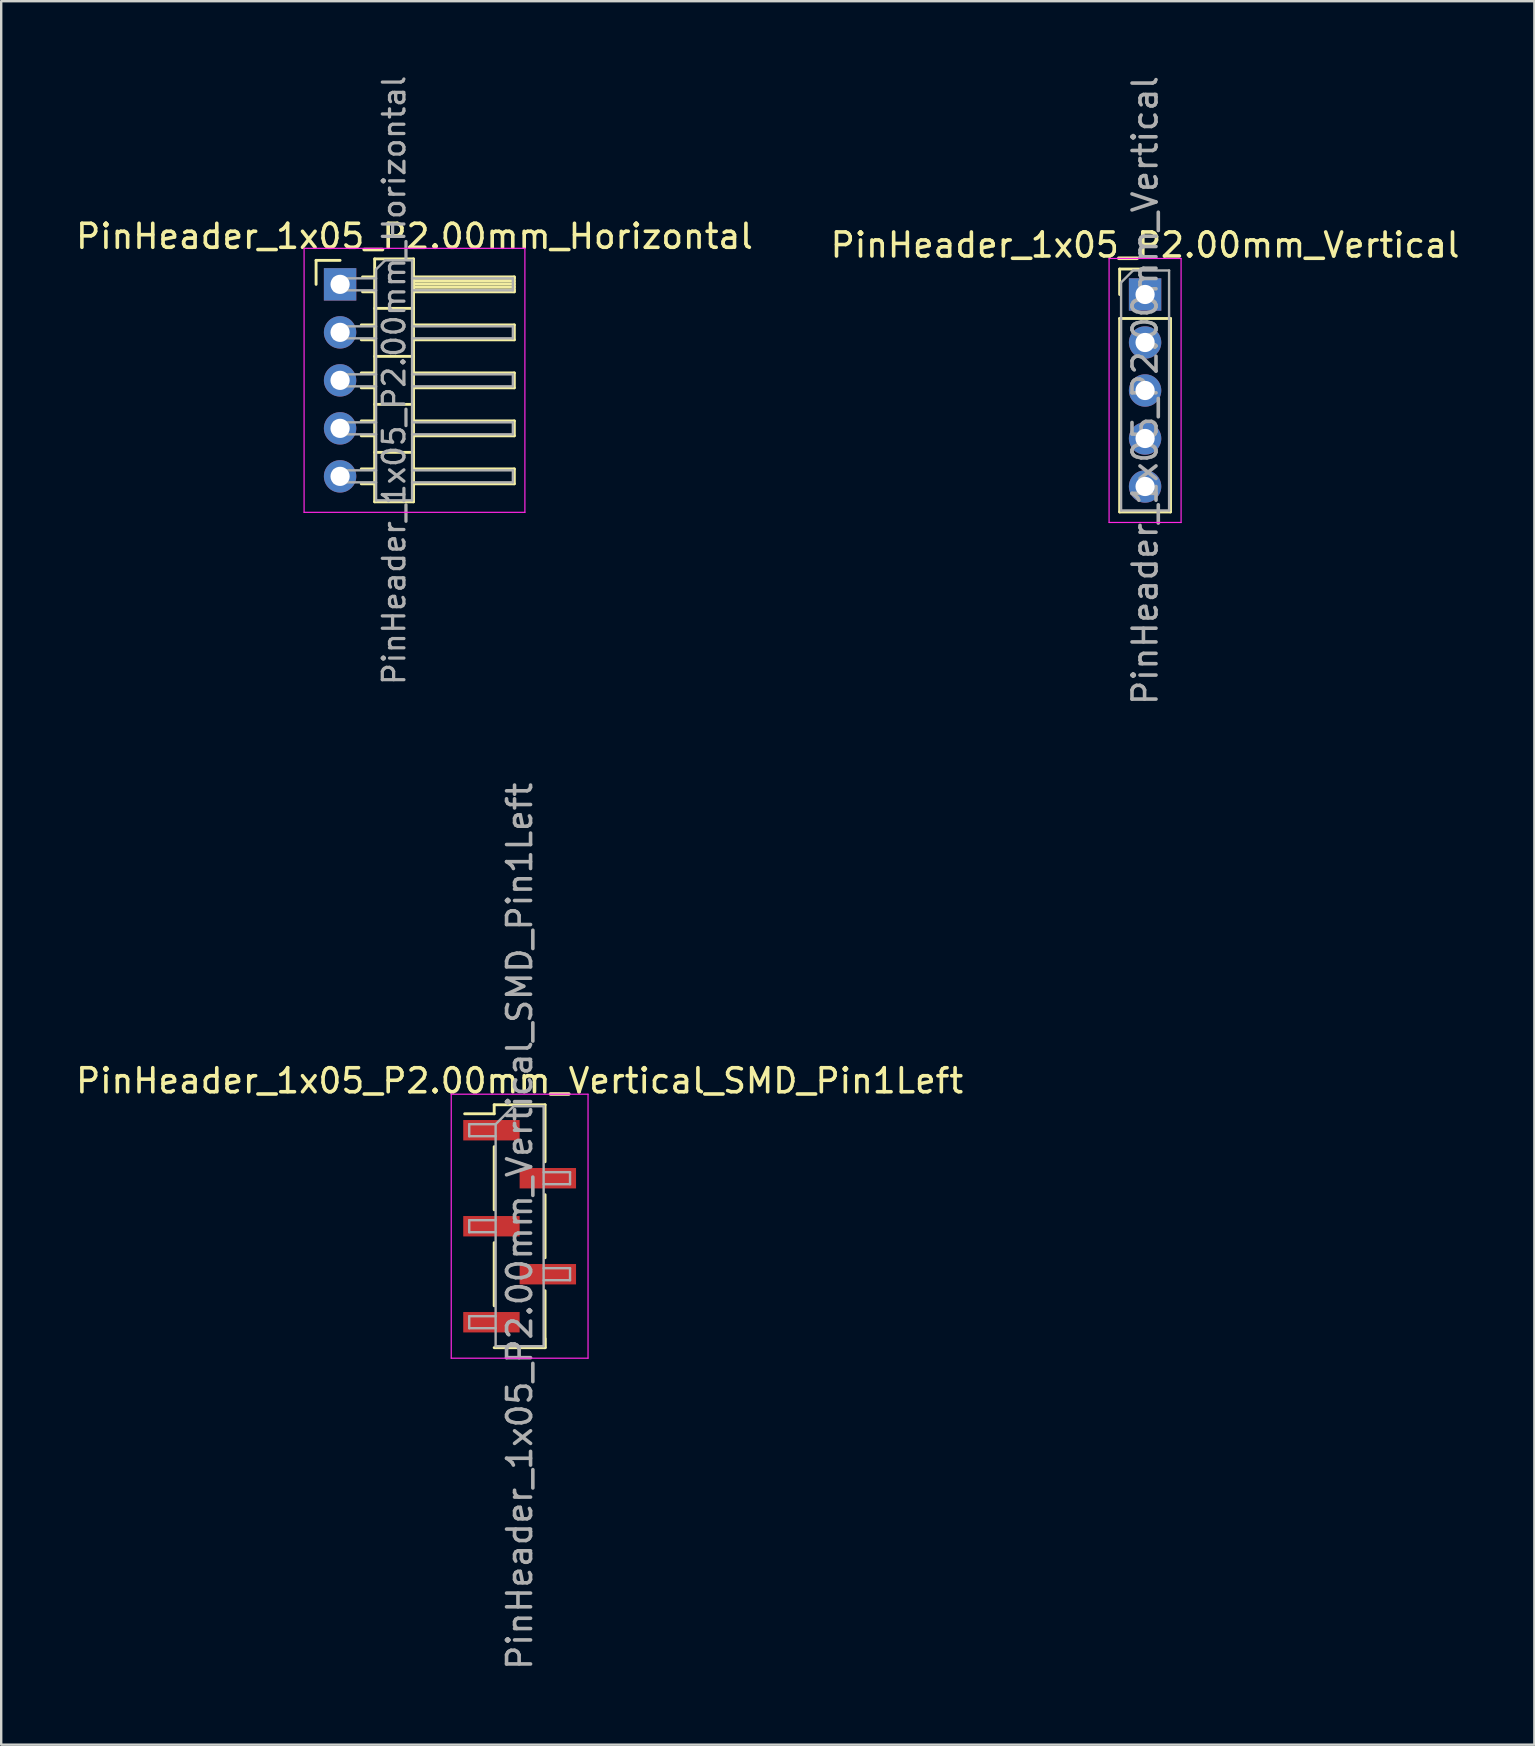
<source format=kicad_pcb>
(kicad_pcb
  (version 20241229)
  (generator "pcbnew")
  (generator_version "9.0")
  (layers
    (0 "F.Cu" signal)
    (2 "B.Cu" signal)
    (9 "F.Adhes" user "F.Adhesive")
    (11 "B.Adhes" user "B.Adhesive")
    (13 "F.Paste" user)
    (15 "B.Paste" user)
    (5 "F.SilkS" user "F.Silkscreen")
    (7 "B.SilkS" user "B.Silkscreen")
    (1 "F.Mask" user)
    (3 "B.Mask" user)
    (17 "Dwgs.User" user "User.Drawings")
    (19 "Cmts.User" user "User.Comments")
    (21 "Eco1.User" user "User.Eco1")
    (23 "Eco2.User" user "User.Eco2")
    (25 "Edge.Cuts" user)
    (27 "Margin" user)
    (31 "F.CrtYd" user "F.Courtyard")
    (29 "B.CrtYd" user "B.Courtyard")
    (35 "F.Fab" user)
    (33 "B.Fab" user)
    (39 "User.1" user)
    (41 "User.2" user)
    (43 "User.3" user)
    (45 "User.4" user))
  (footprint "PinHeader_1x05_P2.00mm_Vertical_SMD_Pin1Left"
    (layer "F.Cu")
    (at 18.601 48.042)
    (property "Reference" "PinHeader_1x05_P2.00mm_Vertical_SMD_Pin1Left" (at 0 -6.06 0) (layer "F.SilkS") (effects (font (size 1 1) (thickness 0.15))))
    (attr smd)
    (fp_line (start -1.06 -5.06) (end -1.06 -4.685) (stroke (width 0.12) (type solid)) (layer "F.SilkS"))
    (fp_line (start -1.06 -5.06) (end 1.06 -5.06) (stroke (width 0.12) (type solid)) (layer "F.SilkS"))
    (fp_line (start -1.06 -4.685) (end -2.29 -4.685) (stroke (width 0.12) (type solid)) (layer "F.SilkS"))
    (fp_line (start -1.06 -3.315) (end -1.06 -0.685) (stroke (width 0.12) (type solid)) (layer "F.SilkS"))
    (fp_line (start -1.06 0.685) (end -1.06 3.315) (stroke (width 0.12) (type solid)) (layer "F.SilkS"))
    (fp_line (start -1.06 5.06) (end 1.06 5.06) (stroke (width 0.12) (type solid)) (layer "F.SilkS"))
    (fp_line (start 1.06 -5.06) (end 1.06 -2.685) (stroke (width 0.12) (type solid)) (layer "F.SilkS"))
    (fp_line (start 1.06 -1.315) (end 1.06 1.315) (stroke (width 0.12) (type solid)) (layer "F.SilkS"))
    (fp_line (start 1.06 2.685) (end 1.06 5.06) (stroke (width 0.12) (type solid)) (layer "F.SilkS"))
    (fp_line (start 1.06 4.685) (end 1.06 5.06) (stroke (width 0.12) (type solid)) (layer "F.SilkS"))
    (fp_line (start -2.85 -5.5) (end -2.85 5.5) (stroke (width 0.05) (type solid)) (layer "F.CrtYd"))
    (fp_line (start -2.85 5.5) (end 2.85 5.5) (stroke (width 0.05) (type solid)) (layer "F.CrtYd"))
    (fp_line (start 2.85 -5.5) (end -2.85 -5.5) (stroke (width 0.05) (type solid)) (layer "F.CrtYd"))
    (fp_line (start 2.85 5.5) (end 2.85 -5.5) (stroke (width 0.05) (type solid)) (layer "F.CrtYd"))
    (fp_line (start -2.1 -4.25) (end -2.1 -3.75) (stroke (width 0.1) (type solid)) (layer "F.Fab"))
    (fp_line (start -2.1 -3.75) (end -1 -3.75) (stroke (width 0.1) (type solid)) (layer "F.Fab"))
    (fp_line (start -2.1 -0.25) (end -2.1 0.25) (stroke (width 0.1) (type solid)) (layer "F.Fab"))
    (fp_line (start -2.1 0.25) (end -1 0.25) (stroke (width 0.1) (type solid)) (layer "F.Fab"))
    (fp_line (start -2.1 3.75) (end -2.1 4.25) (stroke (width 0.1) (type solid)) (layer "F.Fab"))
    (fp_line (start -2.1 4.25) (end -1 4.25) (stroke (width 0.1) (type solid)) (layer "F.Fab"))
    (fp_line (start -1 -4.25) (end -2.1 -4.25) (stroke (width 0.1) (type solid)) (layer "F.Fab"))
    (fp_line (start -1 -4.25) (end -0.25 -5) (stroke (width 0.1) (type solid)) (layer "F.Fab"))
    (fp_line (start -1 -0.25) (end -2.1 -0.25) (stroke (width 0.1) (type solid)) (layer "F.Fab"))
    (fp_line (start -1 3.75) (end -2.1 3.75) (stroke (width 0.1) (type solid)) (layer "F.Fab"))
    (fp_line (start -1 5) (end -1 -4.25) (stroke (width 0.1) (type solid)) (layer "F.Fab"))
    (fp_line (start -0.25 -5) (end 1 -5) (stroke (width 0.1) (type solid)) (layer "F.Fab"))
    (fp_line (start 1 -5) (end 1 5) (stroke (width 0.1) (type solid)) (layer "F.Fab"))
    (fp_line (start 1 -2.25) (end 2.1 -2.25) (stroke (width 0.1) (type solid)) (layer "F.Fab"))
    (fp_line (start 1 1.75) (end 2.1 1.75) (stroke (width 0.1) (type solid)) (layer "F.Fab"))
    (fp_line (start 1 5) (end -1 5) (stroke (width 0.1) (type solid)) (layer "F.Fab"))
    (fp_line (start 2.1 -2.25) (end 2.1 -1.75) (stroke (width 0.1) (type solid)) (layer "F.Fab"))
    (fp_line (start 2.1 -1.75) (end 1 -1.75) (stroke (width 0.1) (type solid)) (layer "F.Fab"))
    (fp_line (start 2.1 1.75) (end 2.1 2.25) (stroke (width 0.1) (type solid)) (layer "F.Fab"))
    (fp_line (start 2.1 2.25) (end 1 2.25) (stroke (width 0.1) (type solid)) (layer "F.Fab"))
    (fp_text user "${REFERENCE}" (at 0 0 90) (layer "F.Fab") (effects (font (size 1 1) (thickness 0.15))))
    (pad "1" smd rect (at -1.175 -4) (size 2.35 0.85) (layers "F.Cu" "F.Mask" "F.Paste"))
    (pad "2" smd rect (at 1.175 -2) (size 2.35 0.85) (layers "F.Cu" "F.Mask" "F.Paste"))
    (pad "3" smd rect (at -1.175 0) (size 2.35 0.85) (layers "F.Cu" "F.Mask" "F.Paste"))
    (pad "4" smd rect (at 1.175 2) (size 2.35 0.85) (layers "F.Cu" "F.Mask" "F.Paste"))
    (pad "5" smd rect (at -1.175 4) (size 2.35 0.85) (layers "F.Cu" "F.Mask" "F.Paste")))
  (footprint "PinHeader_1x05_P2.00mm_Vertical"
    (layer "F.Cu")
    (at 44.661 9.22)
    (property "Reference" "PinHeader_1x05_P2.00mm_Vertical" (at 0 -2.06 0) (layer "F.SilkS") (effects (font (size 1 1) (thickness 0.15))))
    (attr through_hole)
    (fp_line (start -1.06 -1.06) (end 0 -1.06) (stroke (width 0.12) (type solid)) (layer "F.SilkS"))
    (fp_line (start -1.06 0) (end -1.06 -1.06) (stroke (width 0.12) (type solid)) (layer "F.SilkS"))
    (fp_line (start -1.06 1) (end -1.06 9.06) (stroke (width 0.12) (type solid)) (layer "F.SilkS"))
    (fp_line (start -1.06 1) (end 1.06 1) (stroke (width 0.12) (type solid)) (layer "F.SilkS"))
    (fp_line (start -1.06 9.06) (end 1.06 9.06) (stroke (width 0.12) (type solid)) (layer "F.SilkS"))
    (fp_line (start 1.06 1) (end 1.06 9.06) (stroke (width 0.12) (type solid)) (layer "F.SilkS"))
    (fp_line (start -1.5 -1.5) (end -1.5 9.5) (stroke (width 0.05) (type solid)) (layer "F.CrtYd"))
    (fp_line (start -1.5 9.5) (end 1.5 9.5) (stroke (width 0.05) (type solid)) (layer "F.CrtYd"))
    (fp_line (start 1.5 -1.5) (end -1.5 -1.5) (stroke (width 0.05) (type solid)) (layer "F.CrtYd"))
    (fp_line (start 1.5 9.5) (end 1.5 -1.5) (stroke (width 0.05) (type solid)) (layer "F.CrtYd"))
    (fp_line (start -1 -0.5) (end -0.5 -1) (stroke (width 0.1) (type solid)) (layer "F.Fab"))
    (fp_line (start -1 9) (end -1 -0.5) (stroke (width 0.1) (type solid)) (layer "F.Fab"))
    (fp_line (start -0.5 -1) (end 1 -1) (stroke (width 0.1) (type solid)) (layer "F.Fab"))
    (fp_line (start 1 -1) (end 1 9) (stroke (width 0.1) (type solid)) (layer "F.Fab"))
    (fp_line (start 1 9) (end -1 9) (stroke (width 0.1) (type solid)) (layer "F.Fab"))
    (fp_text user "${REFERENCE}" (at 0 4 90) (layer "F.Fab") (effects (font (size 1 1) (thickness 0.15))))
    (pad "1" thru_hole rect (at 0 0) (size 1.35 1.35) (drill 0.8) (layers "*.Cu" "*.Mask"))
    (pad "2" thru_hole oval (at 0 2) (size 1.35 1.35) (drill 0.8) (layers "*.Cu" "*.Mask"))
    (pad "3" thru_hole oval (at 0 4) (size 1.35 1.35) (drill 0.8) (layers "*.Cu" "*.Mask"))
    (pad "4" thru_hole oval (at 0 6) (size 1.35 1.35) (drill 0.8) (layers "*.Cu" "*.Mask"))
    (pad "5" thru_hole oval (at 0 8) (size 1.35 1.35) (drill 0.8) (layers "*.Cu" "*.Mask")))
  (footprint "PinHeader_1x05_P2.00mm_Horizontal"
    (layer "F.Cu")
    (at 11.12 8.798)
    (property "Reference" "PinHeader_1x05_P2.00mm_Horizontal" (at 3.1 -2 0) (layer "F.SilkS") (effects (font (size 1 1) (thickness 0.15))))
    (attr through_hole)
    (fp_line (start -1 -1) (end 0 -1) (stroke (width 0.12) (type solid)) (layer "F.SilkS"))
    (fp_line (start -1 0) (end -1 -1) (stroke (width 0.12) (type solid)) (layer "F.SilkS"))
    (fp_line (start 0.882 1.69) (end 1.44 1.69) (stroke (width 0.12) (type solid)) (layer "F.SilkS"))
    (fp_line (start 0.882 2.31) (end 1.44 2.31) (stroke (width 0.12) (type solid)) (layer "F.SilkS"))
    (fp_line (start 0.882 3.69) (end 1.44 3.69) (stroke (width 0.12) (type solid)) (layer "F.SilkS"))
    (fp_line (start 0.882 4.31) (end 1.44 4.31) (stroke (width 0.12) (type solid)) (layer "F.SilkS"))
    (fp_line (start 0.882 5.69) (end 1.44 5.69) (stroke (width 0.12) (type solid)) (layer "F.SilkS"))
    (fp_line (start 0.882 6.31) (end 1.44 6.31) (stroke (width 0.12) (type solid)) (layer "F.SilkS"))
    (fp_line (start 0.882 7.69) (end 1.44 7.69) (stroke (width 0.12) (type solid)) (layer "F.SilkS"))
    (fp_line (start 0.882 8.31) (end 1.44 8.31) (stroke (width 0.12) (type solid)) (layer "F.SilkS"))
    (fp_line (start 0.935 -0.31) (end 1.44 -0.31) (stroke (width 0.12) (type solid)) (layer "F.SilkS"))
    (fp_line (start 0.935 0.31) (end 1.44 0.31) (stroke (width 0.12) (type solid)) (layer "F.SilkS"))
    (fp_line (start 1.44 -1.06) (end 1.44 9.06) (stroke (width 0.12) (type solid)) (layer "F.SilkS"))
    (fp_line (start 1.44 1) (end 3.06 1) (stroke (width 0.12) (type solid)) (layer "F.SilkS"))
    (fp_line (start 1.44 3) (end 3.06 3) (stroke (width 0.12) (type solid)) (layer "F.SilkS"))
    (fp_line (start 1.44 5) (end 3.06 5) (stroke (width 0.12) (type solid)) (layer "F.SilkS"))
    (fp_line (start 1.44 7) (end 3.06 7) (stroke (width 0.12) (type solid)) (layer "F.SilkS"))
    (fp_line (start 1.44 9.06) (end 3.06 9.06) (stroke (width 0.12) (type solid)) (layer "F.SilkS"))
    (fp_line (start 3.06 -1.06) (end 1.44 -1.06) (stroke (width 0.12) (type solid)) (layer "F.SilkS"))
    (fp_line (start 3.06 -0.31) (end 7.26 -0.31) (stroke (width 0.12) (type solid)) (layer "F.SilkS"))
    (fp_line (start 3.06 -0.25) (end 7.26 -0.25) (stroke (width 0.12) (type solid)) (layer "F.SilkS"))
    (fp_line (start 3.06 -0.13) (end 7.26 -0.13) (stroke (width 0.12) (type solid)) (layer "F.SilkS"))
    (fp_line (start 3.06 -0.01) (end 7.26 -0.01) (stroke (width 0.12) (type solid)) (layer "F.SilkS"))
    (fp_line (start 3.06 0.11) (end 7.26 0.11) (stroke (width 0.12) (type solid)) (layer "F.SilkS"))
    (fp_line (start 3.06 0.23) (end 7.26 0.23) (stroke (width 0.12) (type solid)) (layer "F.SilkS"))
    (fp_line (start 3.06 1.69) (end 7.26 1.69) (stroke (width 0.12) (type solid)) (layer "F.SilkS"))
    (fp_line (start 3.06 3.69) (end 7.26 3.69) (stroke (width 0.12) (type solid)) (layer "F.SilkS"))
    (fp_line (start 3.06 5.69) (end 7.26 5.69) (stroke (width 0.12) (type solid)) (layer "F.SilkS"))
    (fp_line (start 3.06 7.69) (end 7.26 7.69) (stroke (width 0.12) (type solid)) (layer "F.SilkS"))
    (fp_line (start 3.06 9.06) (end 3.06 -1.06) (stroke (width 0.12) (type solid)) (layer "F.SilkS"))
    (fp_line (start 7.26 -0.31) (end 7.26 0.31) (stroke (width 0.12) (type solid)) (layer "F.SilkS"))
    (fp_line (start 7.26 0.31) (end 3.06 0.31) (stroke (width 0.12) (type solid)) (layer "F.SilkS"))
    (fp_line (start 7.26 1.69) (end 7.26 2.31) (stroke (width 0.12) (type solid)) (layer "F.SilkS"))
    (fp_line (start 7.26 2.31) (end 3.06 2.31) (stroke (width 0.12) (type solid)) (layer "F.SilkS"))
    (fp_line (start 7.26 3.69) (end 7.26 4.31) (stroke (width 0.12) (type solid)) (layer "F.SilkS"))
    (fp_line (start 7.26 4.31) (end 3.06 4.31) (stroke (width 0.12) (type solid)) (layer "F.SilkS"))
    (fp_line (start 7.26 5.69) (end 7.26 6.31) (stroke (width 0.12) (type solid)) (layer "F.SilkS"))
    (fp_line (start 7.26 6.31) (end 3.06 6.31) (stroke (width 0.12) (type solid)) (layer "F.SilkS"))
    (fp_line (start 7.26 7.69) (end 7.26 8.31) (stroke (width 0.12) (type solid)) (layer "F.SilkS"))
    (fp_line (start 7.26 8.31) (end 3.06 8.31) (stroke (width 0.12) (type solid)) (layer "F.SilkS"))
    (fp_line (start -1.5 -1.5) (end -1.5 9.5) (stroke (width 0.05) (type solid)) (layer "F.CrtYd"))
    (fp_line (start -1.5 9.5) (end 7.7 9.5) (stroke (width 0.05) (type solid)) (layer "F.CrtYd"))
    (fp_line (start 7.7 -1.5) (end -1.5 -1.5) (stroke (width 0.05) (type solid)) (layer "F.CrtYd"))
    (fp_line (start 7.7 9.5) (end 7.7 -1.5) (stroke (width 0.05) (type solid)) (layer "F.CrtYd"))
    (fp_line (start -0.25 -0.25) (end -0.25 0.25) (stroke (width 0.1) (type solid)) (layer "F.Fab"))
    (fp_line (start -0.25 -0.25) (end 1.5 -0.25) (stroke (width 0.1) (type solid)) (layer "F.Fab"))
    (fp_line (start -0.25 0.25) (end 1.5 0.25) (stroke (width 0.1) (type solid)) (layer "F.Fab"))
    (fp_line (start -0.25 1.75) (end -0.25 2.25) (stroke (width 0.1) (type solid)) (layer "F.Fab"))
    (fp_line (start -0.25 1.75) (end 1.5 1.75) (stroke (width 0.1) (type solid)) (layer "F.Fab"))
    (fp_line (start -0.25 2.25) (end 1.5 2.25) (stroke (width 0.1) (type solid)) (layer "F.Fab"))
    (fp_line (start -0.25 3.75) (end -0.25 4.25) (stroke (width 0.1) (type solid)) (layer "F.Fab"))
    (fp_line (start -0.25 3.75) (end 1.5 3.75) (stroke (width 0.1) (type solid)) (layer "F.Fab"))
    (fp_line (start -0.25 4.25) (end 1.5 4.25) (stroke (width 0.1) (type solid)) (layer "F.Fab"))
    (fp_line (start -0.25 5.75) (end -0.25 6.25) (stroke (width 0.1) (type solid)) (layer "F.Fab"))
    (fp_line (start -0.25 5.75) (end 1.5 5.75) (stroke (width 0.1) (type solid)) (layer "F.Fab"))
    (fp_line (start -0.25 6.25) (end 1.5 6.25) (stroke (width 0.1) (type solid)) (layer "F.Fab"))
    (fp_line (start -0.25 7.75) (end -0.25 8.25) (stroke (width 0.1) (type solid)) (layer "F.Fab"))
    (fp_line (start -0.25 7.75) (end 1.5 7.75) (stroke (width 0.1) (type solid)) (layer "F.Fab"))
    (fp_line (start -0.25 8.25) (end 1.5 8.25) (stroke (width 0.1) (type solid)) (layer "F.Fab"))
    (fp_line (start 1.5 -0.625) (end 1.875 -1) (stroke (width 0.1) (type solid)) (layer "F.Fab"))
    (fp_line (start 1.5 9) (end 1.5 -0.625) (stroke (width 0.1) (type solid)) (layer "F.Fab"))
    (fp_line (start 1.875 -1) (end 3 -1) (stroke (width 0.1) (type solid)) (layer "F.Fab"))
    (fp_line (start 3 -1) (end 3 9) (stroke (width 0.1) (type solid)) (layer "F.Fab"))
    (fp_line (start 3 -0.25) (end 7.2 -0.25) (stroke (width 0.1) (type solid)) (layer "F.Fab"))
    (fp_line (start 3 0.25) (end 7.2 0.25) (stroke (width 0.1) (type solid)) (layer "F.Fab"))
    (fp_line (start 3 1.75) (end 7.2 1.75) (stroke (width 0.1) (type solid)) (layer "F.Fab"))
    (fp_line (start 3 2.25) (end 7.2 2.25) (stroke (width 0.1) (type solid)) (layer "F.Fab"))
    (fp_line (start 3 3.75) (end 7.2 3.75) (stroke (width 0.1) (type solid)) (layer "F.Fab"))
    (fp_line (start 3 4.25) (end 7.2 4.25) (stroke (width 0.1) (type solid)) (layer "F.Fab"))
    (fp_line (start 3 5.75) (end 7.2 5.75) (stroke (width 0.1) (type solid)) (layer "F.Fab"))
    (fp_line (start 3 6.25) (end 7.2 6.25) (stroke (width 0.1) (type solid)) (layer "F.Fab"))
    (fp_line (start 3 7.75) (end 7.2 7.75) (stroke (width 0.1) (type solid)) (layer "F.Fab"))
    (fp_line (start 3 8.25) (end 7.2 8.25) (stroke (width 0.1) (type solid)) (layer "F.Fab"))
    (fp_line (start 3 9) (end 1.5 9) (stroke (width 0.1) (type solid)) (layer "F.Fab"))
    (fp_line (start 7.2 -0.25) (end 7.2 0.25) (stroke (width 0.1) (type solid)) (layer "F.Fab"))
    (fp_line (start 7.2 1.75) (end 7.2 2.25) (stroke (width 0.1) (type solid)) (layer "F.Fab"))
    (fp_line (start 7.2 3.75) (end 7.2 4.25) (stroke (width 0.1) (type solid)) (layer "F.Fab"))
    (fp_line (start 7.2 5.75) (end 7.2 6.25) (stroke (width 0.1) (type solid)) (layer "F.Fab"))
    (fp_line (start 7.2 7.75) (end 7.2 8.25) (stroke (width 0.1) (type solid)) (layer "F.Fab"))
    (fp_text user "${REFERENCE}" (at 2.25 4 90) (layer "F.Fab") (effects (font (size 0.9 0.9) (thickness 0.135))))
    (pad "1" thru_hole rect (at 0 0) (size 1.35 1.35) (drill 0.8) (layers "*.Cu" "*.Mask"))
    (pad "2" thru_hole oval (at 0 2) (size 1.35 1.35) (drill 0.8) (layers "*.Cu" "*.Mask"))
    (pad "3" thru_hole oval (at 0 4) (size 1.35 1.35) (drill 0.8) (layers "*.Cu" "*.Mask"))
    (pad "4" thru_hole oval (at 0 6) (size 1.35 1.35) (drill 0.8) (layers "*.Cu" "*.Mask"))
    (pad "5" thru_hole oval (at 0 8) (size 1.35 1.35) (drill 0.8) (layers "*.Cu" "*.Mask")))
  (gr_rect
    (start -3 -3)
    (end 60.881 69.643)
    (stroke (width 0.1) (type default))
    (fill no)
    (layer "Edge.Cuts")))
</source>
